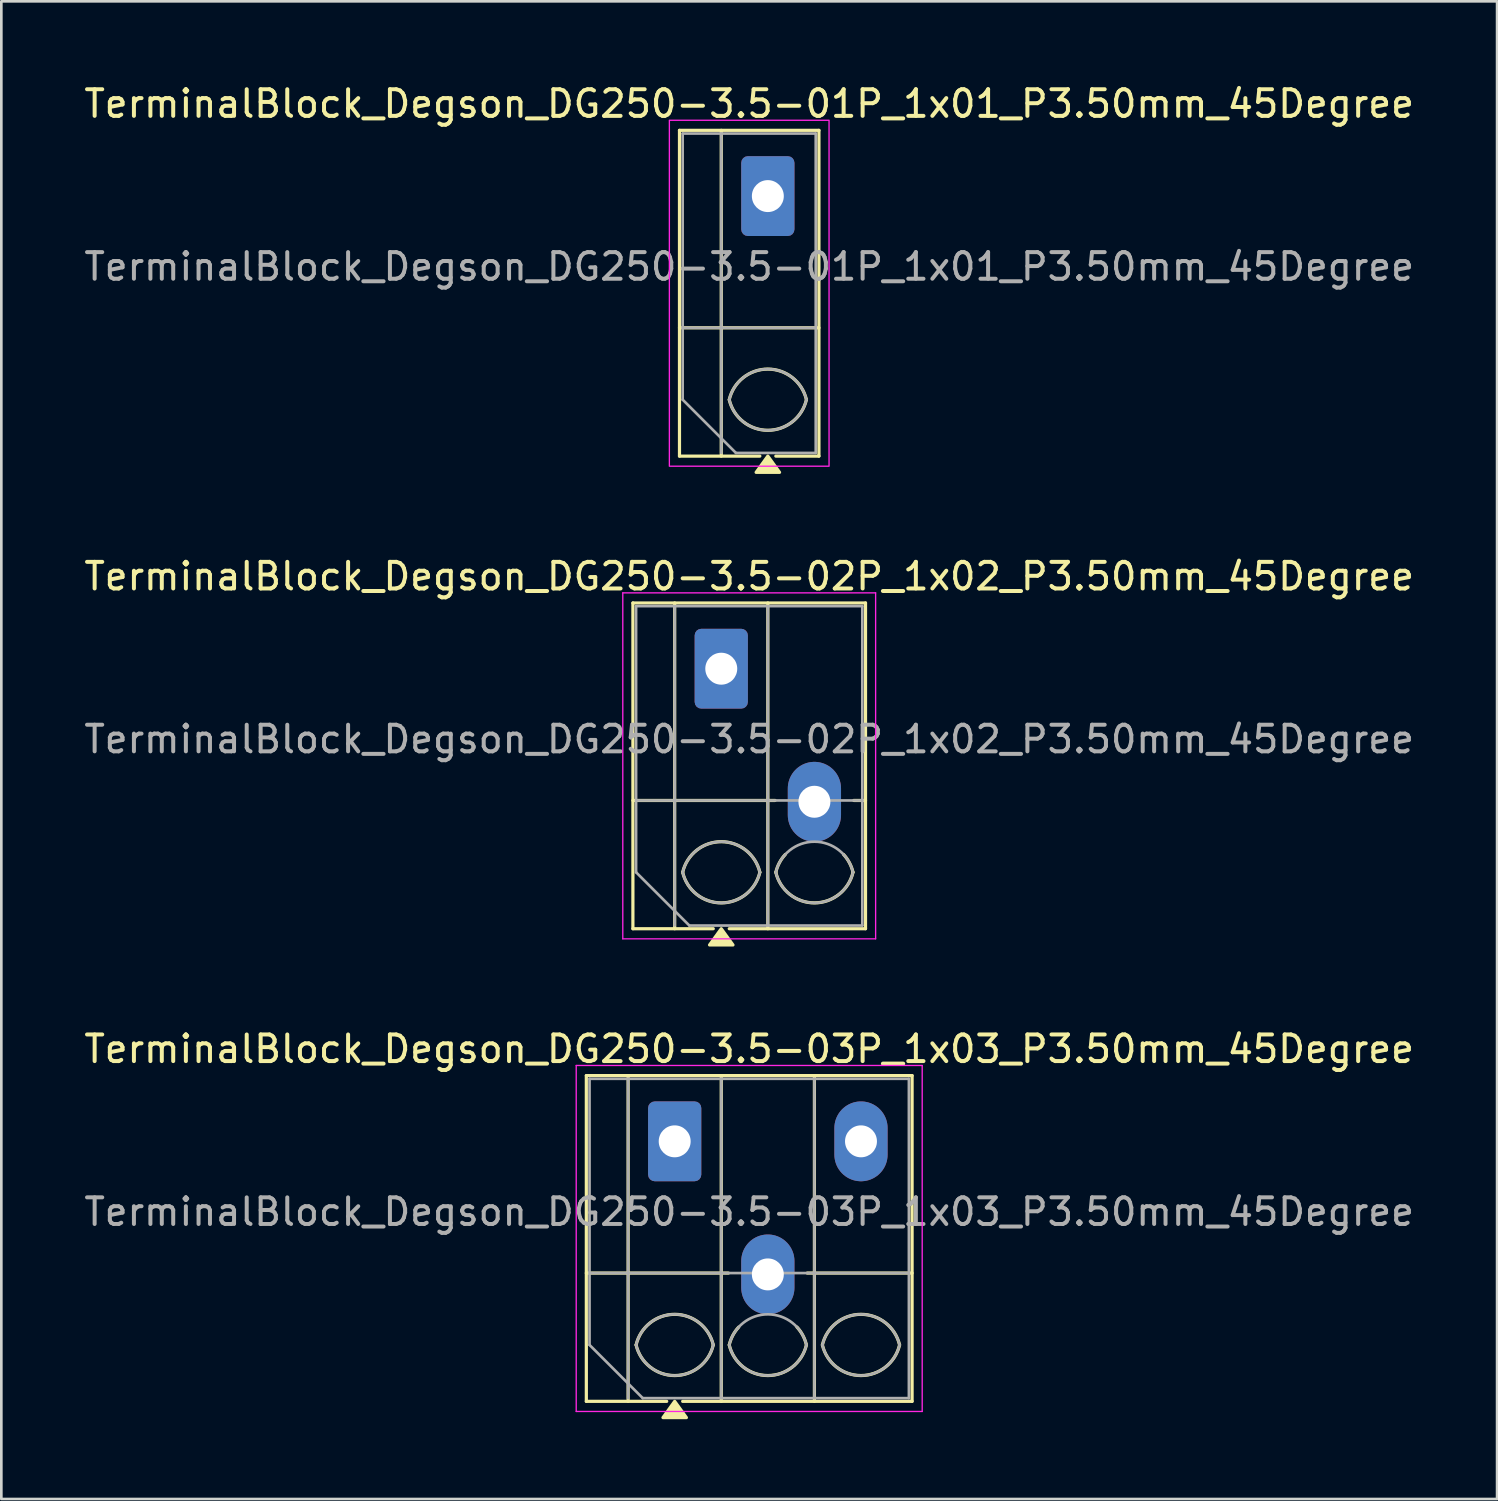
<source format=kicad_pcb>
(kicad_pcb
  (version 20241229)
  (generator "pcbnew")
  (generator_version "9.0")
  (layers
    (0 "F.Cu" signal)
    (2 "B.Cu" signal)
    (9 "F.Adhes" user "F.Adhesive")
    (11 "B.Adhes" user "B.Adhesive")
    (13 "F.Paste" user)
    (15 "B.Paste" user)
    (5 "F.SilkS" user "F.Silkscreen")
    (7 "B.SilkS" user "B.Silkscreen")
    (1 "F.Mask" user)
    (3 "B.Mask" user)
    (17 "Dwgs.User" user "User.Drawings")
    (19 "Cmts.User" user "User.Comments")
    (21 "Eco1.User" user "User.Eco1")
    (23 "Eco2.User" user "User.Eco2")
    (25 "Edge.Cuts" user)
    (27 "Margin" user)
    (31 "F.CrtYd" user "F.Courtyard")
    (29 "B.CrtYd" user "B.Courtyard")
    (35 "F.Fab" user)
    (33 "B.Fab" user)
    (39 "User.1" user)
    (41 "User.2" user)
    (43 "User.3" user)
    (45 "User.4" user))
  (footprint "TerminalBlock_Degson_DG250-3.5-01P_1x01_P3.50mm_45Degree"
    (layer "F.Cu")
    (at 25.801 4.318)
    (property "Reference" "TerminalBlock_Degson_DG250-3.5-01P_1x01_P3.50mm_45Degree" (at -0.7 -3.47 0) (layer "F.SilkS") (effects (font (size 1 1) (thickness 0.15))))
    (attr through_hole)
    (fp_line (start -3.32 -2.47) (end 1.92 -2.47) (stroke (width 0.12) (type solid)) (layer "F.SilkS"))
    (fp_line (start -3.32 4.95) (end 1.92 4.95) (stroke (width 0.12) (type solid)) (layer "F.SilkS"))
    (fp_line (start -3.32 9.77) (end -3.32 -2.47) (stroke (width 0.12) (type solid)) (layer "F.SilkS"))
    (fp_line (start -1.75 -2.47) (end -1.75 9.77) (stroke (width 0.12) (type solid)) (layer "F.SilkS"))
    (fp_line (start -0.3 9.77) (end -3.32 9.77) (stroke (width 0.12) (type solid)) (layer "F.SilkS"))
    (fp_line (start 1.92 -2.47) (end 1.92 9.77) (stroke (width 0.12) (type solid)) (layer "F.SilkS"))
    (fp_line (start 1.92 9.77) (end 0.3 9.77) (stroke (width 0.12) (type solid)) (layer "F.SilkS"))
    (fp_arc (start -1.45 7.65) (mid 0 6.5) (end 1.45 7.65) (stroke (width 0.12) (type solid)) (layer "F.SilkS"))
    (fp_arc (start 1.45 7.65) (mid 0 8.8) (end -1.45 7.65) (stroke (width 0.12) (type solid)) (layer "F.SilkS"))
    (fp_poly (pts (xy 0 9.77) (xy 0.44 10.38) (xy -0.44 10.38)) (stroke (width 0.12) (type solid)) (fill yes) (layer "F.SilkS"))
    (fp_rect (start -3.7 -2.85) (end 2.3 10.15) (stroke (width 0.05) (type solid)) (fill no) (layer "F.CrtYd"))
    (fp_line (start -3.2 -2.35) (end 1.8 -2.35) (stroke (width 0.1) (type solid)) (layer "F.Fab"))
    (fp_line (start -3.2 4.95) (end 1.8 4.95) (stroke (width 0.1) (type solid)) (layer "F.Fab"))
    (fp_line (start -3.2 7.65) (end -3.2 -2.35) (stroke (width 0.1) (type solid)) (layer "F.Fab"))
    (fp_line (start -1.75 -2.35) (end -1.75 9.65) (stroke (width 0.1) (type solid)) (layer "F.Fab"))
    (fp_line (start -1.2 9.65) (end -3.2 7.65) (stroke (width 0.1) (type solid)) (layer "F.Fab"))
    (fp_line (start 1.8 -2.35) (end 1.8 9.65) (stroke (width 0.1) (type solid)) (layer "F.Fab"))
    (fp_line (start 1.8 9.65) (end -1.2 9.65) (stroke (width 0.1) (type solid)) (layer "F.Fab"))
    (fp_arc (start -1.45 7.65) (mid 0 6.5) (end 1.45 7.65) (stroke (width 0.1) (type solid)) (layer "F.Fab"))
    (fp_arc (start 1.45 7.65) (mid 0 8.8) (end -1.45 7.65) (stroke (width 0.1) (type solid)) (layer "F.Fab"))
    (fp_text user "${REFERENCE}" (at -0.7 2.65 0) (layer "F.Fab") (effects (font (size 1 1) (thickness 0.15))))
    (pad "1" thru_hole roundrect (at 0 0) (size 2 3) (drill 1.2) (layers "*.Cu" "*.Mask") (roundrect_rratio 0.125)))
  (footprint "TerminalBlock_Degson_DG250-3.5-03P_1x03_P3.50mm_45Degree"
    (layer "F.Cu")
    (at 22.301 39.835)
    (property "Reference" "TerminalBlock_Degson_DG250-3.5-03P_1x03_P3.50mm_45Degree" (at 2.8 -3.47 0) (layer "F.SilkS") (effects (font (size 1 1) (thickness 0.15))))
    (attr through_hole)
    (fp_line (start -3.32 -2.47) (end -3.32 9.77) (stroke (width 0.12) (type solid)) (layer "F.SilkS"))
    (fp_line (start -3.32 -2.47) (end 8.92 -2.47) (stroke (width 0.12) (type solid)) (layer "F.SilkS"))
    (fp_line (start -3.32 4.95) (end 2.02 4.95) (stroke (width 0.12) (type solid)) (layer "F.SilkS"))
    (fp_line (start -3.32 9.77) (end -0.3 9.77) (stroke (width 0.12) (type solid)) (layer "F.SilkS"))
    (fp_line (start -1.75 -2.47) (end -1.75 9.77) (stroke (width 0.12) (type solid)) (layer "F.SilkS"))
    (fp_line (start 0.3 9.77) (end 8.92 9.77) (stroke (width 0.12) (type solid)) (layer "F.SilkS"))
    (fp_line (start 1.75 -2.47) (end 1.75 9.77) (stroke (width 0.12) (type solid)) (layer "F.SilkS"))
    (fp_line (start 4.98 4.95) (end 8.92 4.95) (stroke (width 0.12) (type solid)) (layer "F.SilkS"))
    (fp_line (start 5.25 -2.47) (end 5.25 9.77) (stroke (width 0.12) (type solid)) (layer "F.SilkS"))
    (fp_line (start 8.92 -2.47) (end 8.92 9.77) (stroke (width 0.12) (type solid)) (layer "F.SilkS"))
    (fp_arc (start -1.45 7.65) (mid 0 6.5) (end 1.45 7.65) (stroke (width 0.12) (type solid)) (layer "F.SilkS"))
    (fp_arc (start 1.45 7.65) (mid 0 8.8) (end -1.45 7.65) (stroke (width 0.12) (type solid)) (layer "F.SilkS"))
    (fp_arc (start 2.05 7.65) (mid 2.18402 7.291962) (end 2.405 6.98) (stroke (width 0.12) (type solid)) (layer "F.SilkS"))
    (fp_arc (start 4.595 6.98) (mid 4.81598 7.291962) (end 4.95 7.65) (stroke (width 0.12) (type solid)) (layer "F.SilkS"))
    (fp_arc (start 4.95 7.65) (mid 3.5 8.8) (end 2.05 7.65) (stroke (width 0.12) (type solid)) (layer "F.SilkS"))
    (fp_arc (start 5.55 7.65) (mid 7 6.5) (end 8.45 7.65) (stroke (width 0.12) (type solid)) (layer "F.SilkS"))
    (fp_arc (start 8.45 7.65) (mid 7 8.8) (end 5.55 7.65) (stroke (width 0.12) (type solid)) (layer "F.SilkS"))
    (fp_poly (pts (xy 0 9.77) (xy 0.44 10.38) (xy -0.44 10.38)) (stroke (width 0.12) (type solid)) (fill yes) (layer "F.SilkS"))
    (fp_line (start -3.7 -2.85) (end -3.7 10.15) (stroke (width 0.05) (type solid)) (layer "F.CrtYd"))
    (fp_line (start -3.7 10.15) (end 9.3 10.15) (stroke (width 0.05) (type solid)) (layer "F.CrtYd"))
    (fp_line (start 9.3 -2.85) (end -3.7 -2.85) (stroke (width 0.05) (type solid)) (layer "F.CrtYd"))
    (fp_line (start 9.3 10.15) (end 9.3 -2.85) (stroke (width 0.05) (type solid)) (layer "F.CrtYd"))
    (fp_line (start -3.2 -2.35) (end 8.8 -2.35) (stroke (width 0.1) (type solid)) (layer "F.Fab"))
    (fp_line (start -3.2 4.95) (end 8.8 4.95) (stroke (width 0.1) (type solid)) (layer "F.Fab"))
    (fp_line (start -3.2 7.65) (end -3.2 -2.35) (stroke (width 0.1) (type solid)) (layer "F.Fab"))
    (fp_line (start -1.75 -2.35) (end -1.75 9.65) (stroke (width 0.1) (type solid)) (layer "F.Fab"))
    (fp_line (start -1.2 9.65) (end -3.2 7.65) (stroke (width 0.1) (type solid)) (layer "F.Fab"))
    (fp_line (start 1.75 -2.35) (end 1.75 9.65) (stroke (width 0.1) (type solid)) (layer "F.Fab"))
    (fp_line (start 5.25 -2.35) (end 5.25 9.65) (stroke (width 0.1) (type solid)) (layer "F.Fab"))
    (fp_line (start 8.8 -2.35) (end 8.8 9.65) (stroke (width 0.1) (type solid)) (layer "F.Fab"))
    (fp_line (start 8.8 9.65) (end -1.2 9.65) (stroke (width 0.1) (type solid)) (layer "F.Fab"))
    (fp_arc (start -1.45 7.65) (mid 0 6.5) (end 1.45 7.65) (stroke (width 0.1) (type solid)) (layer "F.Fab"))
    (fp_arc (start 1.45 7.65) (mid 0 8.8) (end -1.45 7.65) (stroke (width 0.1) (type solid)) (layer "F.Fab"))
    (fp_arc (start 2.05 7.65) (mid 3.5 6.5) (end 4.95 7.65) (stroke (width 0.1) (type solid)) (layer "F.Fab"))
    (fp_arc (start 4.95 7.65) (mid 3.5 8.8) (end 2.05 7.65) (stroke (width 0.1) (type solid)) (layer "F.Fab"))
    (fp_arc (start 5.55 7.65) (mid 7 6.5) (end 8.45 7.65) (stroke (width 0.1) (type solid)) (layer "F.Fab"))
    (fp_arc (start 8.45 7.65) (mid 7 8.8) (end 5.55 7.65) (stroke (width 0.1) (type solid)) (layer "F.Fab"))
    (fp_text user "${REFERENCE}" (at 2.8 2.65 0) (layer "F.Fab") (effects (font (size 1 1) (thickness 0.15))))
    (pad "1" thru_hole roundrect (at 0 0) (size 2 3) (drill 1.2) (layers "*.Cu" "*.Mask") (roundrect_rratio 0.125))
    (pad "2" thru_hole oval (at 3.5 5) (size 2 3) (drill 1.2) (layers "*.Cu" "*.Mask"))
    (pad "3" thru_hole oval (at 7 0) (size 2 3) (drill 1.2) (layers "*.Cu" "*.Mask")))
  (footprint "TerminalBlock_Degson_DG250-3.5-02P_1x02_P3.50mm_45Degree"
    (layer "F.Cu")
    (at 24.051 22.076)
    (property "Reference" "TerminalBlock_Degson_DG250-3.5-02P_1x02_P3.50mm_45Degree" (at 1.05 -3.47 0) (layer "F.SilkS") (effects (font (size 1 1) (thickness 0.15))))
    (attr through_hole)
    (fp_line (start -3.32 -2.47) (end -3.32 9.77) (stroke (width 0.12) (type solid)) (layer "F.SilkS"))
    (fp_line (start -3.32 -2.47) (end 5.42 -2.47) (stroke (width 0.12) (type solid)) (layer "F.SilkS"))
    (fp_line (start -3.32 4.95) (end 2.02 4.95) (stroke (width 0.12) (type solid)) (layer "F.SilkS"))
    (fp_line (start -3.32 9.77) (end -0.3 9.77) (stroke (width 0.12) (type solid)) (layer "F.SilkS"))
    (fp_line (start -1.75 -2.47) (end -1.75 9.77) (stroke (width 0.12) (type solid)) (layer "F.SilkS"))
    (fp_line (start 0.3 9.77) (end 5.42 9.77) (stroke (width 0.12) (type solid)) (layer "F.SilkS"))
    (fp_line (start 1.75 -2.47) (end 1.75 9.77) (stroke (width 0.12) (type solid)) (layer "F.SilkS"))
    (fp_line (start 4.98 4.95) (end 5.42 4.95) (stroke (width 0.12) (type solid)) (layer "F.SilkS"))
    (fp_line (start 5.42 -2.47) (end 5.42 9.77) (stroke (width 0.12) (type solid)) (layer "F.SilkS"))
    (fp_arc (start -1.45 7.65) (mid 0 6.5) (end 1.45 7.65) (stroke (width 0.12) (type solid)) (layer "F.SilkS"))
    (fp_arc (start 1.45 7.65) (mid 0 8.8) (end -1.45 7.65) (stroke (width 0.12) (type solid)) (layer "F.SilkS"))
    (fp_arc (start 2.05 7.65) (mid 2.18402 7.291962) (end 2.405 6.98) (stroke (width 0.12) (type solid)) (layer "F.SilkS"))
    (fp_arc (start 4.595 6.98) (mid 4.81598 7.291962) (end 4.95 7.65) (stroke (width 0.12) (type solid)) (layer "F.SilkS"))
    (fp_arc (start 4.95 7.65) (mid 3.5 8.8) (end 2.05 7.65) (stroke (width 0.12) (type solid)) (layer "F.SilkS"))
    (fp_poly (pts (xy 0 9.77) (xy 0.44 10.38) (xy -0.44 10.38)) (stroke (width 0.12) (type solid)) (fill yes) (layer "F.SilkS"))
    (fp_line (start -3.7 -2.85) (end -3.7 10.15) (stroke (width 0.05) (type solid)) (layer "F.CrtYd"))
    (fp_line (start -3.7 10.15) (end 5.8 10.15) (stroke (width 0.05) (type solid)) (layer "F.CrtYd"))
    (fp_line (start 5.8 -2.85) (end -3.7 -2.85) (stroke (width 0.05) (type solid)) (layer "F.CrtYd"))
    (fp_line (start 5.8 10.15) (end 5.8 -2.85) (stroke (width 0.05) (type solid)) (layer "F.CrtYd"))
    (fp_line (start -3.2 -2.35) (end 5.3 -2.35) (stroke (width 0.1) (type solid)) (layer "F.Fab"))
    (fp_line (start -3.2 4.95) (end 5.3 4.95) (stroke (width 0.1) (type solid)) (layer "F.Fab"))
    (fp_line (start -3.2 7.65) (end -3.2 -2.35) (stroke (width 0.1) (type solid)) (layer "F.Fab"))
    (fp_line (start -1.75 -2.35) (end -1.75 9.65) (stroke (width 0.1) (type solid)) (layer "F.Fab"))
    (fp_line (start -1.2 9.65) (end -3.2 7.65) (stroke (width 0.1) (type solid)) (layer "F.Fab"))
    (fp_line (start 1.75 -2.35) (end 1.75 9.65) (stroke (width 0.1) (type solid)) (layer "F.Fab"))
    (fp_line (start 5.3 -2.35) (end 5.3 9.65) (stroke (width 0.1) (type solid)) (layer "F.Fab"))
    (fp_line (start 5.3 9.65) (end -1.2 9.65) (stroke (width 0.1) (type solid)) (layer "F.Fab"))
    (fp_arc (start -1.45 7.65) (mid 0 6.5) (end 1.45 7.65) (stroke (width 0.1) (type solid)) (layer "F.Fab"))
    (fp_arc (start 1.45 7.65) (mid 0 8.8) (end -1.45 7.65) (stroke (width 0.1) (type solid)) (layer "F.Fab"))
    (fp_arc (start 2.05 7.65) (mid 3.5 6.5) (end 4.95 7.65) (stroke (width 0.1) (type solid)) (layer "F.Fab"))
    (fp_arc (start 4.95 7.65) (mid 3.5 8.8) (end 2.05 7.65) (stroke (width 0.1) (type solid)) (layer "F.Fab"))
    (fp_text user "${REFERENCE}" (at 1.05 2.65 0) (layer "F.Fab") (effects (font (size 1 1) (thickness 0.15))))
    (pad "1" thru_hole roundrect (at 0 0) (size 2 3) (drill 1.2) (layers "*.Cu" "*.Mask") (roundrect_rratio 0.125))
    (pad "2" thru_hole oval (at 3.5 5) (size 2 3) (drill 1.2) (layers "*.Cu" "*.Mask")))
  (gr_rect
    (start -3 -3)
    (end 53.202 53.275)
    (stroke (width 0.1) (type default))
    (fill no)
    (layer "Edge.Cuts")))
</source>
